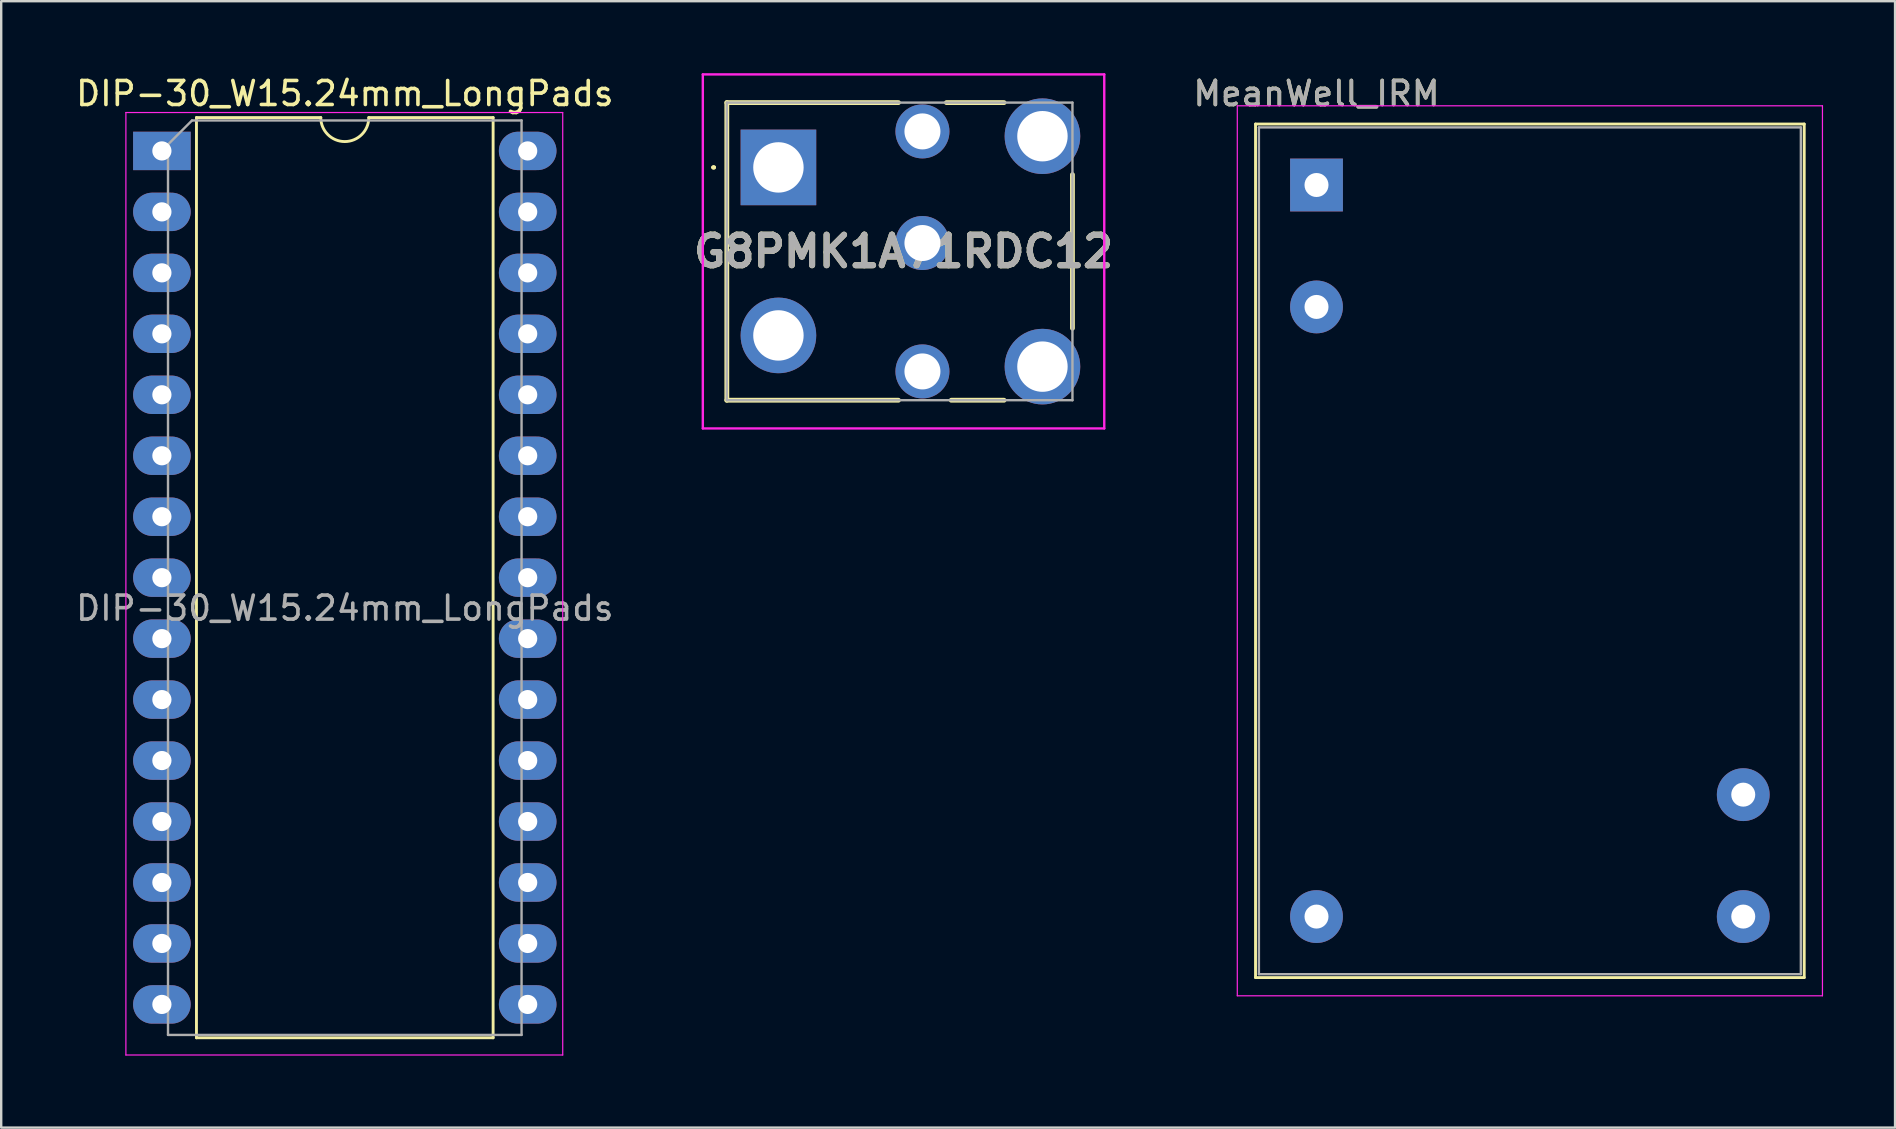
<source format=kicad_pcb>
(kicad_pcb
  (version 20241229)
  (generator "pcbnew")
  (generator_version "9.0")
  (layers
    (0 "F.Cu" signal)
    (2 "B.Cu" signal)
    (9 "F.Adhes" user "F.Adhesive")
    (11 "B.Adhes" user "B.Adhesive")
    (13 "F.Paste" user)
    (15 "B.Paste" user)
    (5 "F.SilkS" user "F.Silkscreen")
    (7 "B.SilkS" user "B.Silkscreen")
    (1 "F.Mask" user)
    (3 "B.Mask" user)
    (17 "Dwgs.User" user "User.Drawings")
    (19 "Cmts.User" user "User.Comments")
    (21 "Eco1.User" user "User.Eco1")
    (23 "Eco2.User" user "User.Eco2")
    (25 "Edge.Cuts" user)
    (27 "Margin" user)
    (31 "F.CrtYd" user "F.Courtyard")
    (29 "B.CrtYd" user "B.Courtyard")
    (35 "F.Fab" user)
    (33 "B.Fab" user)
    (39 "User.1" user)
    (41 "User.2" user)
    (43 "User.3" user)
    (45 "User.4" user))
  (footprint "DIP-30_W15.24mm_LongPads"
    (layer "F.Cu")
    (at 3.695 3.238)
    (property "Reference" "DIP-30_W15.24mm_LongPads" (at 7.62 -2.39 0) (layer "F.SilkS") (effects (font (size 1 1) (thickness 0.15))))
    (attr through_hole)
    (fp_line (start 1.44 -1.39) (end 1.44 36.95) (stroke (width 0.12) (type solid)) (layer "F.SilkS"))
    (fp_line (start 1.44 36.95) (end 13.8 36.95) (stroke (width 0.12) (type solid)) (layer "F.SilkS"))
    (fp_line (start 6.62 -1.39) (end 1.44 -1.39) (stroke (width 0.12) (type solid)) (layer "F.SilkS"))
    (fp_line (start 13.8 -1.39) (end 8.62 -1.39) (stroke (width 0.12) (type solid)) (layer "F.SilkS"))
    (fp_line (start 13.8 36.95) (end 13.8 -1.39) (stroke (width 0.12) (type solid)) (layer "F.SilkS"))
    (fp_arc (start 8.62 -1.39) (mid 7.62 -0.39) (end 6.62 -1.39) (stroke (width 0.12) (type solid)) (layer "F.SilkS"))
    (fp_line (start -1.5 -1.6) (end -1.5 37.668) (stroke (width 0.05) (type solid)) (layer "F.CrtYd"))
    (fp_line (start -1.5 37.668) (end 16.7 37.668) (stroke (width 0.05) (type solid)) (layer "F.CrtYd"))
    (fp_line (start 16.7 -1.6) (end -1.5 -1.6) (stroke (width 0.05) (type solid)) (layer "F.CrtYd"))
    (fp_line (start 16.7 37.668) (end 16.7 -1.6) (stroke (width 0.05) (type solid)) (layer "F.CrtYd"))
    (fp_line (start 0.255 -0.27) (end 1.255 -1.27) (stroke (width 0.1) (type solid)) (layer "F.Fab"))
    (fp_line (start 0.255 36.83) (end 0.255 -0.27) (stroke (width 0.1) (type solid)) (layer "F.Fab"))
    (fp_line (start 1.255 -1.27) (end 14.985 -1.27) (stroke (width 0.1) (type solid)) (layer "F.Fab"))
    (fp_line (start 14.985 -1.27) (end 14.985 36.83) (stroke (width 0.1) (type solid)) (layer "F.Fab"))
    (fp_line (start 14.985 36.83) (end 0.255 36.83) (stroke (width 0.1) (type solid)) (layer "F.Fab"))
    (fp_text user "${REFERENCE}" (at 7.62 19.05 0) (layer "F.Fab") (effects (font (size 1 1) (thickness 0.15))))
    (pad "1" thru_hole rect (at 0 0) (size 2.4 1.6) (drill 0.8) (layers "*.Cu" "*.Mask"))
    (pad "2" thru_hole oval (at 0 2.54) (size 2.4 1.6) (drill 0.8) (layers "*.Cu" "*.Mask"))
    (pad "3" thru_hole oval (at 0 5.08) (size 2.4 1.6) (drill 0.8) (layers "*.Cu" "*.Mask"))
    (pad "4" thru_hole oval (at 0 7.62) (size 2.4 1.6) (drill 0.8) (layers "*.Cu" "*.Mask"))
    (pad "5" thru_hole oval (at 0 10.16) (size 2.4 1.6) (drill 0.8) (layers "*.Cu" "*.Mask"))
    (pad "6" thru_hole oval (at 0 12.7) (size 2.4 1.6) (drill 0.8) (layers "*.Cu" "*.Mask"))
    (pad "7" thru_hole oval (at 0 15.24) (size 2.4 1.6) (drill 0.8) (layers "*.Cu" "*.Mask"))
    (pad "8" thru_hole oval (at 0 17.78) (size 2.4 1.6) (drill 0.8) (layers "*.Cu" "*.Mask"))
    (pad "9" thru_hole oval (at 0 20.32) (size 2.4 1.6) (drill 0.8) (layers "*.Cu" "*.Mask"))
    (pad "10" thru_hole oval (at 0 22.86) (size 2.4 1.6) (drill 0.8) (layers "*.Cu" "*.Mask"))
    (pad "11" thru_hole oval (at 0 25.4) (size 2.4 1.6) (drill 0.8) (layers "*.Cu" "*.Mask"))
    (pad "12" thru_hole oval (at 0 27.94) (size 2.4 1.6) (drill 0.8) (layers "*.Cu" "*.Mask"))
    (pad "13" thru_hole oval (at 0 30.48) (size 2.4 1.6) (drill 0.8) (layers "*.Cu" "*.Mask"))
    (pad "14" thru_hole oval (at 0 33.02) (size 2.4 1.6) (drill 0.8) (layers "*.Cu" "*.Mask"))
    (pad "15" thru_hole oval (at 0 35.56) (size 2.4 1.6) (drill 0.8) (layers "*.Cu" "*.Mask"))
    (pad "16" thru_hole oval (at 15.24 35.56) (size 2.4 1.6) (drill 0.8) (layers "*.Cu" "*.Mask"))
    (pad "17" thru_hole oval (at 15.24 33.02) (size 2.4 1.6) (drill 0.8) (layers "*.Cu" "*.Mask"))
    (pad "18" thru_hole oval (at 15.24 30.48) (size 2.4 1.6) (drill 0.8) (layers "*.Cu" "*.Mask"))
    (pad "19" thru_hole oval (at 15.24 27.94) (size 2.4 1.6) (drill 0.8) (layers "*.Cu" "*.Mask"))
    (pad "20" thru_hole oval (at 15.24 25.4) (size 2.4 1.6) (drill 0.8) (layers "*.Cu" "*.Mask"))
    (pad "21" thru_hole oval (at 15.24 22.86) (size 2.4 1.6) (drill 0.8) (layers "*.Cu" "*.Mask"))
    (pad "22" thru_hole oval (at 15.24 20.32) (size 2.4 1.6) (drill 0.8) (layers "*.Cu" "*.Mask"))
    (pad "23" thru_hole oval (at 15.24 17.78) (size 2.4 1.6) (drill 0.8) (layers "*.Cu" "*.Mask"))
    (pad "24" thru_hole oval (at 15.24 15.24) (size 2.4 1.6) (drill 0.8) (layers "*.Cu" "*.Mask"))
    (pad "25" thru_hole oval (at 15.24 12.7) (size 2.4 1.6) (drill 0.8) (layers "*.Cu" "*.Mask"))
    (pad "26" thru_hole oval (at 15.24 10.16) (size 2.4 1.6) (drill 0.8) (layers "*.Cu" "*.Mask"))
    (pad "27" thru_hole oval (at 15.24 7.62) (size 2.4 1.6) (drill 0.8) (layers "*.Cu" "*.Mask"))
    (pad "28" thru_hole oval (at 15.24 5.08) (size 2.4 1.6) (drill 0.8) (layers "*.Cu" "*.Mask"))
    (pad "29" thru_hole oval (at 15.24 2.54) (size 2.4 1.6) (drill 0.8) (layers "*.Cu" "*.Mask"))
    (pad "30" thru_hole oval (at 15.24 0) (size 2.4 1.6) (drill 0.8) (layers "*.Cu" "*.Mask")))
  (footprint "G8PMK1A71RDC12"
    (layer "F.Cu")
    (at 29.382 3.925)
    (property "Reference" "G8PMK1A71RDC12" (at 5.212 3.5 0) (layer "F.SilkS") (effects (font (size 1.27 1.27) (thickness 0.254))))
    (attr through_hole)
    (fp_line (start -2.75 0) (end -2.75 0) (stroke (width 0.1) (type solid)) (layer "F.SilkS"))
    (fp_line (start -2.65 0) (end -2.65 0) (stroke (width 0.1) (type solid)) (layer "F.SilkS"))
    (fp_line (start -2.15 -2.7) (end 5 -2.7) (stroke (width 0.2) (type solid)) (layer "F.SilkS"))
    (fp_line (start -2.15 9.7) (end -2.15 -2.7) (stroke (width 0.2) (type solid)) (layer "F.SilkS"))
    (fp_line (start 5 9.7) (end -2.15 9.7) (stroke (width 0.2) (type solid)) (layer "F.SilkS"))
    (fp_line (start 7 -2.7) (end 9.4 -2.7) (stroke (width 0.2) (type solid)) (layer "F.SilkS"))
    (fp_line (start 7.2 9.7) (end 9.4 9.7) (stroke (width 0.2) (type solid)) (layer "F.SilkS"))
    (fp_line (start 12.25 6.7) (end 12.25 0.3) (stroke (width 0.2) (type solid)) (layer "F.SilkS"))
    (fp_arc (start -2.75 0) (mid -2.7 -0.05) (end -2.65 0) (stroke (width 0.1) (type solid)) (layer "F.SilkS"))
    (fp_arc (start -2.65 0) (mid -2.7 0.05) (end -2.75 0) (stroke (width 0.1) (type solid)) (layer "F.SilkS"))
    (fp_line (start -3.15 -3.875) (end -3.15 10.875) (stroke (width 0.1) (type solid)) (layer "F.CrtYd"))
    (fp_line (start -3.15 10.875) (end 13.575 10.875) (stroke (width 0.1) (type solid)) (layer "F.CrtYd"))
    (fp_line (start 13.575 -3.875) (end -3.15 -3.875) (stroke (width 0.1) (type solid)) (layer "F.CrtYd"))
    (fp_line (start 13.575 10.875) (end 13.575 -3.875) (stroke (width 0.1) (type solid)) (layer "F.CrtYd"))
    (fp_line (start -2.15 -2.7) (end -2.15 9.7) (stroke (width 0.1) (type solid)) (layer "F.Fab"))
    (fp_line (start -2.15 9.7) (end 12.25 9.7) (stroke (width 0.1) (type solid)) (layer "F.Fab"))
    (fp_line (start 12.25 -2.7) (end -2.15 -2.7) (stroke (width 0.1) (type solid)) (layer "F.Fab"))
    (fp_line (start 12.25 9.7) (end 12.25 -2.7) (stroke (width 0.1) (type solid)) (layer "F.Fab"))
    (fp_text user "${REFERENCE}" (at 5.212 3.5 0) (layer "F.Fab") (effects (font (size 1.27 1.27) (thickness 0.254))))
    (pad "1" thru_hole rect (at 0 0) (size 3.15 3.15) (drill 2.1) (layers "*.Cu" "*.Mask"))
    (pad "2" thru_hole circle (at 0 7) (size 3.15 3.15) (drill 2.1) (layers "*.Cu" "*.Mask"))
    (pad "3" thru_hole circle (at 6 8.5) (size 2.25 2.25) (drill 1.5) (layers "*.Cu" "*.Mask"))
    (pad "4" thru_hole circle (at 11 8.3) (size 3.15 3.15) (drill 2.1) (layers "*.Cu" "*.Mask"))
    (pad "5" thru_hole circle (at 11 -1.3) (size 3.15 3.15) (drill 2.1) (layers "*.Cu" "*.Mask"))
    (pad "6" thru_hole circle (at 6 -1.5) (size 2.25 2.25) (drill 1.5) (layers "*.Cu" "*.Mask"))
    (pad "7" thru_hole circle (at 6 3.15) (size 2.25 2.25) (drill 1.5) (layers "*.Cu" "*.Mask")))
  (footprint "MeanWell_IRM"
    (layer "F.Cu")
    (at 51.8 4.658)
    (property "Reference" "MeanWell_IRM" (at 0 -3.81 0) (layer "F.SilkS") (effects (font (size 1 1) (thickness 0.15))))
    (attr through_hole)
    (fp_line (start -2.54 -2.54) (end -2.54 33.02) (stroke (width 0.12) (type solid)) (layer "F.SilkS"))
    (fp_line (start -2.54 33.02) (end 20.32 33.02) (stroke (width 0.12) (type solid)) (layer "F.SilkS"))
    (fp_line (start 20.32 -2.54) (end -2.54 -2.54) (stroke (width 0.12) (type solid)) (layer "F.SilkS"))
    (fp_line (start 20.32 33.02) (end 20.32 -2.54) (stroke (width 0.12) (type solid)) (layer "F.SilkS"))
    (fp_line (start -3.3 -3.3) (end -3.3 33.78) (stroke (width 0.05) (type solid)) (layer "F.CrtYd"))
    (fp_line (start -3.3 33.78) (end 21.08 33.78) (stroke (width 0.05) (type solid)) (layer "F.CrtYd"))
    (fp_line (start 21.08 -3.3) (end -3.3 -3.3) (stroke (width 0.05) (type solid)) (layer "F.CrtYd"))
    (fp_line (start 21.08 33.78) (end 21.08 -3.3) (stroke (width 0.05) (type solid)) (layer "F.CrtYd"))
    (fp_line (start -2.4 -2.4) (end -2.4 32.88) (stroke (width 0.1) (type solid)) (layer "F.Fab"))
    (fp_line (start -2.4 32.88) (end 20.18 32.88) (stroke (width 0.1) (type solid)) (layer "F.Fab"))
    (fp_line (start 20.18 -2.4) (end -2.4 -2.4) (stroke (width 0.1) (type solid)) (layer "F.Fab"))
    (fp_line (start 20.18 32.88) (end 20.18 -2.4) (stroke (width 0.1) (type solid)) (layer "F.Fab"))
    (fp_text user "${REFERENCE}" (at 0 -3.81 0) (layer "F.Fab") (effects (font (size 1 1) (thickness 0.15))))
    (pad "" np_thru_hole oval (at 0 30.48) (size 2.2 2.2) (drill 1) (layers "*.Cu" "*.Mask"))
    (pad "1" thru_hole rect (at 0 0) (size 2.2 2.2) (drill 1) (layers "*.Cu" "*.Mask"))
    (pad "3" thru_hole oval (at 0 5.08) (size 2.2 2.2) (drill 1) (layers "*.Cu" "*.Mask"))
    (pad "14" thru_hole oval (at 17.78 30.48) (size 2.2 2.2) (drill 1) (layers "*.Cu" "*.Mask"))
    (pad "16" thru_hole oval (at 17.78 25.4) (size 2.2 2.2) (drill 1) (layers "*.Cu" "*.Mask")))
  (gr_rect
    (start -3 -3)
    (end 75.905 43.931)
    (stroke (width 0.1) (type default))
    (fill no)
    (layer "Edge.Cuts")))
</source>
